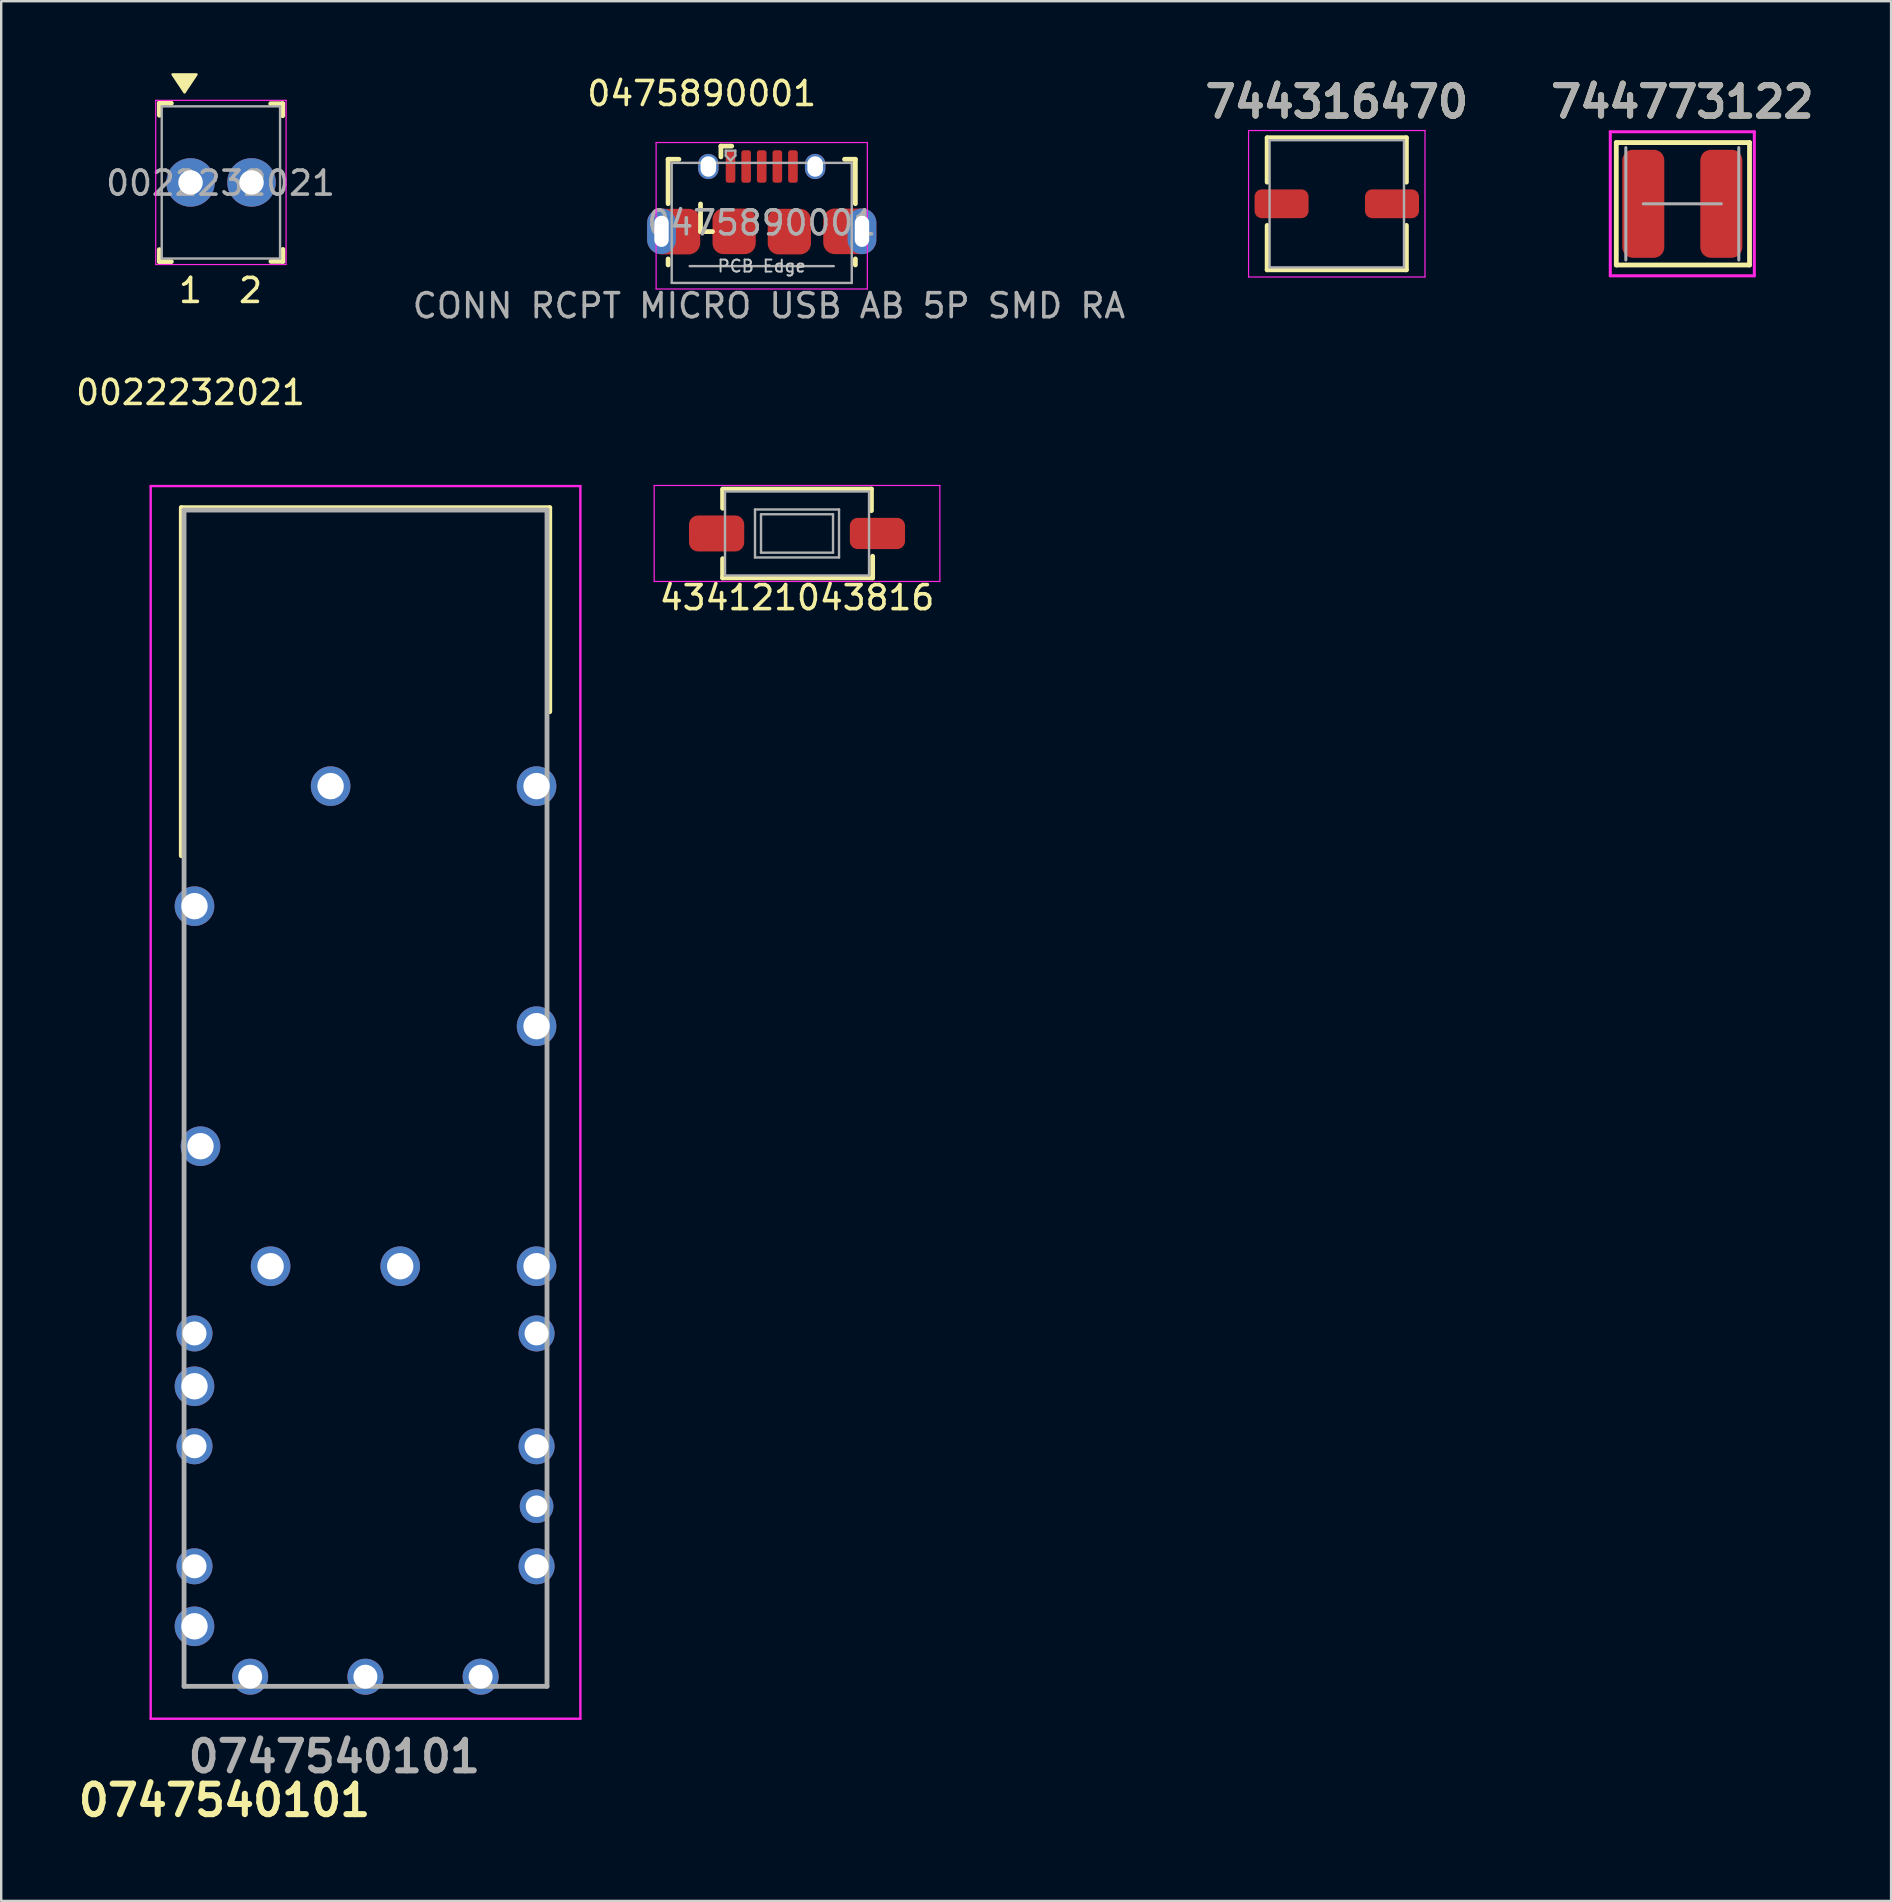
<source format=kicad_pcb>
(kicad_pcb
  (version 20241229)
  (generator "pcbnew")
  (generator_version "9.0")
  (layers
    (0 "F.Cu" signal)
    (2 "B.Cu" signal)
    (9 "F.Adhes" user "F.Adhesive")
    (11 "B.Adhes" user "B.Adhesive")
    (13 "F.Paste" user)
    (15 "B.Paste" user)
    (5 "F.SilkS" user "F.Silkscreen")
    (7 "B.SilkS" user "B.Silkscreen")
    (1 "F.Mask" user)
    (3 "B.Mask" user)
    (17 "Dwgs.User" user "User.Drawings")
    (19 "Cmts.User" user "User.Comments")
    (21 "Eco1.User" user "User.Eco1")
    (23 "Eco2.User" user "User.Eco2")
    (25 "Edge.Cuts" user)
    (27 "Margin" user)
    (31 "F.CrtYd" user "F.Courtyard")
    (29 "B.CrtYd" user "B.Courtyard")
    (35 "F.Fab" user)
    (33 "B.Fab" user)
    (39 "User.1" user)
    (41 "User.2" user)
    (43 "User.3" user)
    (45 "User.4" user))
  (footprint "434121043816"
    (layer "F.Cu")
    (at 30.152 19.173)
    (property "Reference" "434121043816" (at 0 2.675 0) (layer "F.SilkS") (effects (font (size 1 1) (thickness 0.15))))
    (attr smd)
    (fp_line (start -3.1 -1.85) (end 3.1 -1.85) (stroke (width 0.2) (type solid)) (layer "F.SilkS"))
    (fp_line (start -3.1 -1.05) (end -3.1 -1.8) (stroke (width 0.2) (type solid)) (layer "F.SilkS"))
    (fp_line (start -3.1 1.85) (end -3.1 1.05) (stroke (width 0.2) (type solid)) (layer "F.SilkS"))
    (fp_line (start -3.1 1.85) (end 3.15 1.85) (stroke (width 0.2) (type solid)) (layer "F.SilkS"))
    (fp_line (start 3.1 -1.85) (end 3.1 -0.95) (stroke (width 0.2) (type solid)) (layer "F.SilkS"))
    (fp_line (start 3.15 0.95) (end 3.15 1.85) (stroke (width 0.2) (type solid)) (layer "F.SilkS"))
    (fp_line (start -5.95 -2) (end -5.95 2) (stroke (width 0.05) (type solid)) (layer "F.CrtYd"))
    (fp_line (start -5.95 -2) (end 5.95 -2) (stroke (width 0.05) (type solid)) (layer "F.CrtYd"))
    (fp_line (start -5.95 2) (end 5.95 2) (stroke (width 0.05) (type solid)) (layer "F.CrtYd"))
    (fp_line (start 5.95 -2) (end 5.95 2) (stroke (width 0.05) (type solid)) (layer "F.CrtYd"))
    (fp_line (start -3 -1.75) (end -3 1.75) (stroke (width 0.1) (type solid)) (layer "F.Fab"))
    (fp_line (start -3 -1.75) (end 3 -1.75) (stroke (width 0.1) (type solid)) (layer "F.Fab"))
    (fp_line (start -3 1.75) (end 3 1.75) (stroke (width 0.1) (type solid)) (layer "F.Fab"))
    (fp_line (start -1.75 -1) (end 1.75 -1) (stroke (width 0.1) (type solid)) (layer "F.Fab"))
    (fp_line (start -1.75 1) (end -1.75 -1) (stroke (width 0.1) (type solid)) (layer "F.Fab"))
    (fp_line (start -1.5 -0.8) (end -1.5 0.8) (stroke (width 0.1) (type solid)) (layer "F.Fab"))
    (fp_line (start -1.5 -0.8) (end 1.5 -0.8) (stroke (width 0.1) (type solid)) (layer "F.Fab"))
    (fp_line (start -1.5 0.8) (end 1.5 0.8) (stroke (width 0.1) (type solid)) (layer "F.Fab"))
    (fp_line (start 1.5 -0.8) (end 1.5 0.8) (stroke (width 0.1) (type solid)) (layer "F.Fab"))
    (fp_line (start 1.75 -1) (end 1.75 1) (stroke (width 0.1) (type solid)) (layer "F.Fab"))
    (fp_line (start 1.75 1) (end -1.75 1) (stroke (width 0.1) (type solid)) (layer "F.Fab"))
    (fp_line (start 3 -1.75) (end 3 1.75) (stroke (width 0.1) (type solid)) (layer "F.Fab"))
    (pad "1" smd roundrect (at -3.35 0) (size 2.3 1.5) (layers "F.Cu" "F.Mask" "F.Paste") (roundrect_rratio 0.25))
    (pad "2" smd roundrect (at 3.35 0) (size 2.3 1.3) (layers "F.Cu" "F.Mask" "F.Paste") (roundrect_rratio 0.25)))
  (footprint "0747540101"
    (layer "F.Cu")
    (at 5.052 64.698)
    (property "Reference" "0747540101" (at 1.25 7.25 0) (layer "F.SilkS") (effects (font (size 1.27 1.27) (thickness 0.254))))
    (attr through_hole)
    (fp_line (start -0.55 -46.6) (end 14.8 -46.6) (stroke (width 0.2) (type solid)) (layer "F.SilkS"))
    (fp_line (start -0.55 -32.1) (end -0.55 -46.6) (stroke (width 0.2) (type solid)) (layer "F.SilkS"))
    (fp_line (start 14.8 -46.6) (end 14.8 -38.1) (stroke (width 0.2) (type solid)) (layer "F.SilkS"))
    (fp_line (start -1.825 -47.5) (end 16.075 -47.5) (stroke (width 0.1) (type solid)) (layer "F.CrtYd"))
    (fp_line (start -1.825 3.85) (end -1.825 -47.5) (stroke (width 0.1) (type solid)) (layer "F.CrtYd"))
    (fp_line (start 16.075 -47.5) (end 16.075 3.85) (stroke (width 0.1) (type solid)) (layer "F.CrtYd"))
    (fp_line (start 16.075 3.85) (end -1.825 3.85) (stroke (width 0.1) (type solid)) (layer "F.CrtYd"))
    (fp_line (start -0.435 -46.5) (end 14.685 -46.5) (stroke (width 0.2) (type solid)) (layer "F.Fab"))
    (fp_line (start -0.435 2.5) (end -0.435 -46.5) (stroke (width 0.2) (type solid)) (layer "F.Fab"))
    (fp_line (start 14.685 -46.5) (end 14.685 2.5) (stroke (width 0.2) (type solid)) (layer "F.Fab"))
    (fp_line (start 14.685 2.5) (end -0.435 2.5) (stroke (width 0.2) (type solid)) (layer "F.Fab"))
    (fp_text user "${REFERENCE}" (at 5.825 5.425 0) (layer "F.Fab") (effects (font (size 1.27 1.27) (thickness 0.254))))
    (pad "1" thru_hole circle (at 0 0) (size 1.65 1.65) (drill 1.1) (layers "*.Cu" "*.Mask"))
    (pad "2" thru_hole circle (at 0 -2.5) (size 1.5 1.5) (drill 1) (layers "*.Cu" "*.Mask"))
    (pad "3" thru_hole circle (at 0 -7.5) (size 1.5 1.5) (drill 1) (layers "*.Cu" "*.Mask"))
    (pad "4" thru_hole circle (at 0 -10) (size 1.65 1.65) (drill 1.1) (layers "*.Cu" "*.Mask"))
    (pad "5" thru_hole circle (at 0 -12.2) (size 1.5 1.5) (drill 1) (layers "*.Cu" "*.Mask"))
    (pad "6" thru_hole circle (at 0.25 -20) (size 1.65 1.65) (drill 1.1) (layers "*.Cu" "*.Mask"))
    (pad "7" thru_hole circle (at 0 -30) (size 1.65 1.65) (drill 1.1) (layers "*.Cu" "*.Mask"))
    (pad "8" thru_hole circle (at 2.32 2.1) (size 1.5 1.5) (drill 1) (layers "*.Cu" "*.Mask"))
    (pad "9" thru_hole circle (at 3.17 -15) (size 1.65 1.65) (drill 1.1) (layers "*.Cu" "*.Mask"))
    (pad "10" thru_hole circle (at 7.12 2.1) (size 1.5 1.5) (drill 1) (layers "*.Cu" "*.Mask"))
    (pad "11" thru_hole circle (at 5.67 -35) (size 1.65 1.65) (drill 1.1) (layers "*.Cu" "*.Mask"))
    (pad "12" thru_hole circle (at 8.57 -15) (size 1.65 1.65) (drill 1.1) (layers "*.Cu" "*.Mask"))
    (pad "13" thru_hole circle (at 11.92 2.1) (size 1.5 1.5) (drill 1) (layers "*.Cu" "*.Mask"))
    (pad "14" thru_hole circle (at 14.25 -2.5) (size 1.5 1.5) (drill 1) (layers "*.Cu" "*.Mask"))
    (pad "15" thru_hole circle (at 14.25 -5) (size 1.4 1.4) (drill 0.9) (layers "*.Cu" "*.Mask"))
    (pad "16" thru_hole circle (at 14.25 -7.5) (size 1.5 1.5) (drill 1) (layers "*.Cu" "*.Mask"))
    (pad "17" thru_hole circle (at 14.25 -12.2) (size 1.5 1.5) (drill 1) (layers "*.Cu" "*.Mask"))
    (pad "18" thru_hole circle (at 14.25 -15) (size 1.65 1.65) (drill 1.1) (layers "*.Cu" "*.Mask"))
    (pad "19" thru_hole circle (at 14.25 -25) (size 1.65 1.65) (drill 1.1) (layers "*.Cu" "*.Mask"))
    (pad "20" thru_hole circle (at 14.25 -35) (size 1.65 1.65) (drill 1.1) (layers "*.Cu" "*.Mask")))
  (footprint "0475890001"
    (layer "F.Cu")
    (at 28.682 5.348)
    (property "Reference" "0475890001" (at -2.5 -4.5 0) (layer "F.SilkS") (effects (font (size 1 1) (thickness 0.15))))
    (attr through_hole)
    (fp_line (start -3.9 -1.762) (end -3.45 -1.762) (stroke (width 0.2) (type solid)) (layer "F.SilkS"))
    (fp_line (start -3.9 0.087) (end -3.9 -1.762) (stroke (width 0.2) (type solid)) (layer "F.SilkS"))
    (fp_line (start -3.9 2.638) (end -3.9 2.388) (stroke (width 0.2) (type solid)) (layer "F.SilkS"))
    (fp_line (start -2.55 1.25) (end -2.55 0.1) (stroke (width 0.2) (type solid)) (layer "F.SilkS"))
    (fp_line (start -2.05 1.25) (end -2.55 1.25) (stroke (width 0.2) (type solid)) (layer "F.SilkS"))
    (fp_line (start -1.7 -2.312) (end -1.7 -1.863) (stroke (width 0.2) (type solid)) (layer "F.SilkS"))
    (fp_line (start -1.7 -2.312) (end -1.25 -2.312) (stroke (width 0.2) (type solid)) (layer "F.SilkS"))
    (fp_line (start 3.9 -1.762) (end 3.45 -1.762) (stroke (width 0.2) (type solid)) (layer "F.SilkS"))
    (fp_line (start 3.9 0.087) (end 3.9 -1.762) (stroke (width 0.2) (type solid)) (layer "F.SilkS"))
    (fp_line (start 3.9 2.638) (end 3.9 2.388) (stroke (width 0.2) (type solid)) (layer "F.SilkS"))
    (fp_line (start -4.4 -2.46) (end 4.4 -2.46) (stroke (width 0.05) (type solid)) (layer "F.CrtYd"))
    (fp_line (start -4.4 3.64) (end -4.4 -2.46) (stroke (width 0.05) (type solid)) (layer "F.CrtYd"))
    (fp_line (start -4.4 3.64) (end 4.4 3.64) (stroke (width 0.05) (type solid)) (layer "F.CrtYd"))
    (fp_line (start 4.4 -2.46) (end 4.4 3.64) (stroke (width 0.05) (type solid)) (layer "F.CrtYd"))
    (fp_line (start -3.75 -1.613) (end 3.75 -1.613) (stroke (width 0.1) (type solid)) (layer "F.Fab"))
    (fp_line (start -3.75 3.388) (end -3.75 -1.613) (stroke (width 0.1) (type solid)) (layer "F.Fab"))
    (fp_line (start -3.75 3.389) (end 3.75 3.389) (stroke (width 0.1) (type solid)) (layer "F.Fab"))
    (fp_line (start -3 2.689) (end 3 2.689) (stroke (width 0.1) (type solid)) (layer "F.Fab"))
    (fp_line (start -1.5 -2.123) (end -1.5 -1.913) (stroke (width 0.1) (type solid)) (layer "F.Fab"))
    (fp_line (start -1.5 -2.123) (end -1.1 -2.123) (stroke (width 0.1) (type solid)) (layer "F.Fab"))
    (fp_line (start -1.3 -1.712) (end -1.5 -1.913) (stroke (width 0.1) (type solid)) (layer "F.Fab"))
    (fp_line (start -1.1 -2.123) (end -1.1 -1.913) (stroke (width 0.1) (type solid)) (layer "F.Fab"))
    (fp_line (start -1.1 -1.913) (end -1.3 -1.712) (stroke (width 0.1) (type solid)) (layer "F.Fab"))
    (fp_line (start 3.75 3.388) (end 3.75 -1.613) (stroke (width 0.1) (type solid)) (layer "F.Fab"))
    (fp_text user "PCB Edge" (at 0 2.688 0) (layer "Dwgs.User") (effects (font (size 0.5 0.5) (thickness 0.08))))
    (fp_text user "CONN RCPT MICRO USB AB 5P SMD RA" (at 0.3 4.338 0) (layer "F.Fab") (effects (font (size 1 1) (thickness 0.15))))
    (fp_text user "${REFERENCE}" (at 0 0.887 0) (layer "F.Fab") (effects (font (size 1 1) (thickness 0.15))))
    (pad "1" smd roundrect (at -1.3 -1.462) (size 0.4 1.35) (layers "F.Cu" "F.Mask" "F.Paste") (roundrect_rratio 0.25))
    (pad "2" smd roundrect (at -0.65 -1.462) (size 0.4 1.35) (layers "F.Cu" "F.Mask" "F.Paste") (roundrect_rratio 0.25))
    (pad "3" smd roundrect (at 0 -1.462) (size 0.4 1.35) (layers "F.Cu" "F.Mask" "F.Paste") (roundrect_rratio 0.25))
    (pad "4" smd roundrect (at 0.65 -1.462) (size 0.4 1.35) (layers "F.Cu" "F.Mask" "F.Paste") (roundrect_rratio 0.25))
    (pad "5" smd roundrect (at 1.3 -1.462) (size 0.4 1.35) (layers "F.Cu" "F.Mask" "F.Paste") (roundrect_rratio 0.25))
    (pad "6" smd roundrect (at -3.6 1.25) (size 2.075 1.9) (layers "F.Cu" "F.Mask") (roundrect_rratio 0.25))
    (pad "6" thru_hole oval (at -2.225 -1.462) (size 0.85 1.05) (drill oval 0.65 0.85) (layers "*.Cu" "*.Mask"))
    (pad "6" smd roundrect (at -1.15 1.238) (size 1.8 1.9) (layers "F.Cu" "F.Mask" "F.Paste") (roundrect_rratio 0.25))
    (pad "6" smd roundrect (at 1.15 1.25) (size 1.8 1.9) (layers "F.Cu" "F.Mask" "F.Paste") (roundrect_rratio 0.25))
    (pad "6" smd roundrect (at 3.6 1.238) (size 2.075 1.9) (layers "F.Cu" "F.Mask") (roundrect_rratio 0.25))
    (pad "7" thru_hole oval (at 2.225 -1.462) (size 0.85 1.05) (drill oval 0.65 0.85) (layers "*.Cu" "*.Mask"))
    (pad "8" thru_hole oval (at 4.175 1.238) (size 1.2 1.9) (drill oval 0.6 1.3) (layers "*.Cu" "*.Mask"))
    (pad "9" thru_hole oval (at -4.175 1.238 180) (size 1.2 1.9) (drill oval 0.6 1.3) (layers "*.Cu" "*.Mask")))
  (footprint "744773122"
    (layer "F.Cu")
    (at 67.031 5.439)
    (property "Reference" "744773122" (at 0 -4.25 0) (layer "F.SilkS") (effects (font (size 1.27 1.27) (thickness 0.254))))
    (attr smd)
    (fp_line (start -2.75 -2.55) (end -2.75 2.55) (stroke (width 0.2) (type solid)) (layer "F.SilkS"))
    (fp_line (start -2.75 -2.55) (end 2.8 -2.55) (stroke (width 0.2) (type solid)) (layer "F.SilkS"))
    (fp_line (start 2.8 2.55) (end -2.75 2.55) (stroke (width 0.2) (type solid)) (layer "F.SilkS"))
    (fp_line (start 2.8 2.55) (end 2.8 -2.55) (stroke (width 0.2) (type solid)) (layer "F.SilkS"))
    (fp_line (start -3 -3) (end -3 3) (stroke (width 0.127) (type solid)) (layer "F.CrtYd"))
    (fp_line (start -3 3) (end 3 3) (stroke (width 0.127) (type solid)) (layer "F.CrtYd"))
    (fp_line (start 3 -3) (end -3 -3) (stroke (width 0.127) (type solid)) (layer "F.CrtYd"))
    (fp_line (start 3 3) (end 3 -3) (stroke (width 0.127) (type solid)) (layer "F.CrtYd"))
    (fp_line (start -2.353 2.341) (end -2.353 -2.341) (stroke (width 0.127) (type solid)) (layer "F.Fab"))
    (fp_line (start -1.625 0) (end 1.625 0) (stroke (width 0.127) (type solid)) (layer "F.Fab"))
    (fp_line (start 2.353 -2.341) (end 2.353 2.341) (stroke (width 0.127) (type solid)) (layer "F.Fab"))
    (fp_text user "${REFERENCE}" (at 0 -4.25 0) (layer "F.Fab") (effects (font (size 1.27 1.27) (thickness 0.254))))
    (pad "1" smd roundrect (at -1.625 0) (size 1.75 4.5) (layers "F.Cu" "F.Mask" "F.Paste") (roundrect_rratio 0.25))
    (pad "2" smd roundrect (at 1.625 0) (size 1.75 4.5) (layers "F.Cu" "F.Mask" "F.Paste") (roundrect_rratio 0.25)))
  (footprint "0022232021"
    (layer "F.Cu")
    (at 4.887 4.55)
    (property "Reference" "0022232021" (at 0 8.75 0) (layer "F.SilkS") (effects (font (size 1 1) (thickness 0.15))))
    (attr through_hole)
    (fp_line (start -1.3 -3.3) (end -1.3 -2.8) (stroke (width 0.2) (type solid)) (layer "F.SilkS"))
    (fp_line (start -1.3 -3.3) (end -0.8 -3.3) (stroke (width 0.2) (type solid)) (layer "F.SilkS"))
    (fp_line (start -1.3 3.3) (end -1.3 2.8) (stroke (width 0.2) (type solid)) (layer "F.SilkS"))
    (fp_line (start -1.3 3.3) (end -0.8 3.3) (stroke (width 0.2) (type solid)) (layer "F.SilkS"))
    (fp_line (start 3.84 -3.28) (end 3.34 -3.28) (stroke (width 0.2) (type solid)) (layer "F.SilkS"))
    (fp_line (start 3.84 -3.28) (end 3.84 -2.78) (stroke (width 0.2) (type solid)) (layer "F.SilkS"))
    (fp_line (start 3.85 3.29) (end 3.35 3.29) (stroke (width 0.2) (type solid)) (layer "F.SilkS"))
    (fp_line (start 3.85 3.29) (end 3.85 2.79) (stroke (width 0.2) (type solid)) (layer "F.SilkS"))
    (fp_poly (pts (xy -0.25 -3.75) (xy -0.75 -4.5) (xy 0.25 -4.5)) (stroke (width 0.1) (type solid)) (fill yes) (layer "F.SilkS"))
    (fp_line (start -1.45 -3.42) (end -1.45 3.42) (stroke (width 0.05) (type solid)) (layer "F.CrtYd"))
    (fp_line (start 3.98 -3.42) (end -1.45 -3.42) (stroke (width 0.05) (type solid)) (layer "F.CrtYd"))
    (fp_line (start 3.98 -3.42) (end 3.98 3.42) (stroke (width 0.05) (type solid)) (layer "F.CrtYd"))
    (fp_line (start 3.98 3.42) (end -1.45 3.42) (stroke (width 0.05) (type solid)) (layer "F.CrtYd"))
    (fp_line (start -1.2 -3.17) (end -1.2 3.17) (stroke (width 0.1) (type solid)) (layer "F.Fab"))
    (fp_line (start -1.2 -3.17) (end 3.73 -3.17) (stroke (width 0.1) (type solid)) (layer "F.Fab"))
    (fp_line (start -1.2 3.17) (end 3.73 3.17) (stroke (width 0.1) (type solid)) (layer "F.Fab"))
    (fp_line (start 3.73 -3.17) (end 3.73 3.17) (stroke (width 0.1) (type solid)) (layer "F.Fab"))
    (fp_text user "1" (at 0 4.5 0) (layer "F.SilkS") (effects (font (size 1 1) (thickness 0.15))))
    (fp_text user "2" (at 2.5 4.5 0) (layer "F.SilkS") (effects (font (size 1 1) (thickness 0.15))))
    (fp_text user "${REFERENCE}" (at 1.25 0.03 0) (layer "F.Fab") (effects (font (size 1 1) (thickness 0.15))))
    (pad "1" thru_hole circle (at 0 0) (size 2.02 2.02) (drill 1.02) (layers "*.Cu" "*.Mask"))
    (pad "2" thru_hole circle (at 2.54 0) (size 2.02 2.02) (drill 1.02) (layers "*.Cu" "*.Mask")))
  (footprint "744316470"
    (layer "F.Cu")
    (at 52.637 5.439)
    (property "Reference" "744316470" (at 0 -4.25 0) (layer "F.SilkS") (effects (font (size 1.27 1.27) (thickness 0.254))))
    (attr smd)
    (fp_line (start -2.9 -2.75) (end -2.9 -0.9) (stroke (width 0.2) (type solid)) (layer "F.SilkS"))
    (fp_line (start -2.9 0.9) (end -2.9 2.75) (stroke (width 0.2) (type solid)) (layer "F.SilkS"))
    (fp_line (start -2.9 2.75) (end 2.9 2.75) (stroke (width 0.2) (type solid)) (layer "F.SilkS"))
    (fp_line (start 2.9 -2.75) (end -2.9 -2.75) (stroke (width 0.2) (type solid)) (layer "F.SilkS"))
    (fp_line (start 2.9 -2.75) (end 2.9 -0.9) (stroke (width 0.2) (type solid)) (layer "F.SilkS"))
    (fp_line (start 2.9 0.9) (end 2.9 2.75) (stroke (width 0.2) (type solid)) (layer "F.SilkS"))
    (fp_line (start -3.675 -3.05) (end 3.675 -3.05) (stroke (width 0.05) (type solid)) (layer "F.CrtYd"))
    (fp_line (start -3.675 3.05) (end -3.675 -3.05) (stroke (width 0.05) (type solid)) (layer "F.CrtYd"))
    (fp_line (start 3.675 -3.05) (end 3.675 3.05) (stroke (width 0.05) (type solid)) (layer "F.CrtYd"))
    (fp_line (start 3.675 3.05) (end -3.675 3.05) (stroke (width 0.05) (type solid)) (layer "F.CrtYd"))
    (fp_line (start -2.8 -2.65) (end 2.8 -2.65) (stroke (width 0.1) (type solid)) (layer "F.Fab"))
    (fp_line (start -2.8 2.65) (end -2.8 -2.65) (stroke (width 0.1) (type solid)) (layer "F.Fab"))
    (fp_line (start 2.8 -2.65) (end 2.8 2.65) (stroke (width 0.1) (type solid)) (layer "F.Fab"))
    (fp_line (start 2.8 2.65) (end -2.8 2.65) (stroke (width 0.1) (type solid)) (layer "F.Fab"))
    (fp_text user "${REFERENCE}" (at 0 -4.25 0) (layer "F.Fab") (effects (font (size 1.27 1.27) (thickness 0.254))))
    (pad "1" smd roundrect (at -2.3 0 90) (size 1.2 2.25) (layers "F.Cu" "F.Mask" "F.Paste") (roundrect_rratio 0.25))
    (pad "2" smd roundrect (at 2.3 0 90) (size 1.2 2.25) (layers "F.Cu" "F.Mask" "F.Paste") (roundrect_rratio 0.25)))
  (gr_rect
    (start -3 -3)
    (end 75.728 76.137)
    (stroke (width 0.1) (type default))
    (fill no)
    (layer "Edge.Cuts")))
</source>
